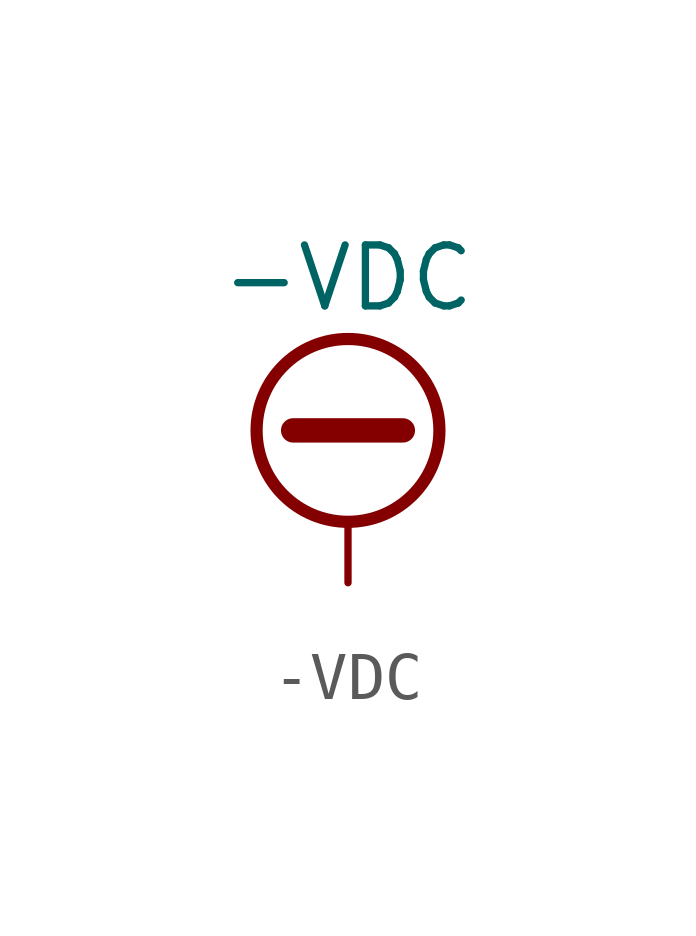
<source format=kicad_sym>
(kicad_symbol_lib
  (version 20211014)
  (generator kicad_symbol_editor)
  (symbol "-VDC"
    (power)
    (pin_names
      (offset 0))
    (property "Reference" "#PWR"
      (at 0 -2.54 0)
      (effects (font (size 1.27 1.27)) hide))
    (property "Value" "-VDC"
      (at 0 6.35 0)
      (effects (font (size 1.27 1.27))))
    (symbol "-VDC_0_1"
      (polyline (pts (xy -1.143 3.175) (xy 1.143 3.175)) (stroke (width 0.508) (type default) (color 0 0 0 0)) (fill (type none)))
      (polyline (pts (xy 0 0) (xy 0 1.27)) (stroke (width 0) (type default) (color 0 0 0 0)) (fill (type none)))
      (circle (center 0 3.175) (radius 1.905) (stroke (width 0.254) (type default) (color 0 0 0 0)) (fill (type none))))
    (symbol "-VDC_1_1"
      (pin power_in line (at 0 0 90) (length 0) hide (name "-VDC" (effects (font (size 1.27 1.27)))) (number "1" (effects (font (size 1.27 1.27))))))))
</source>
